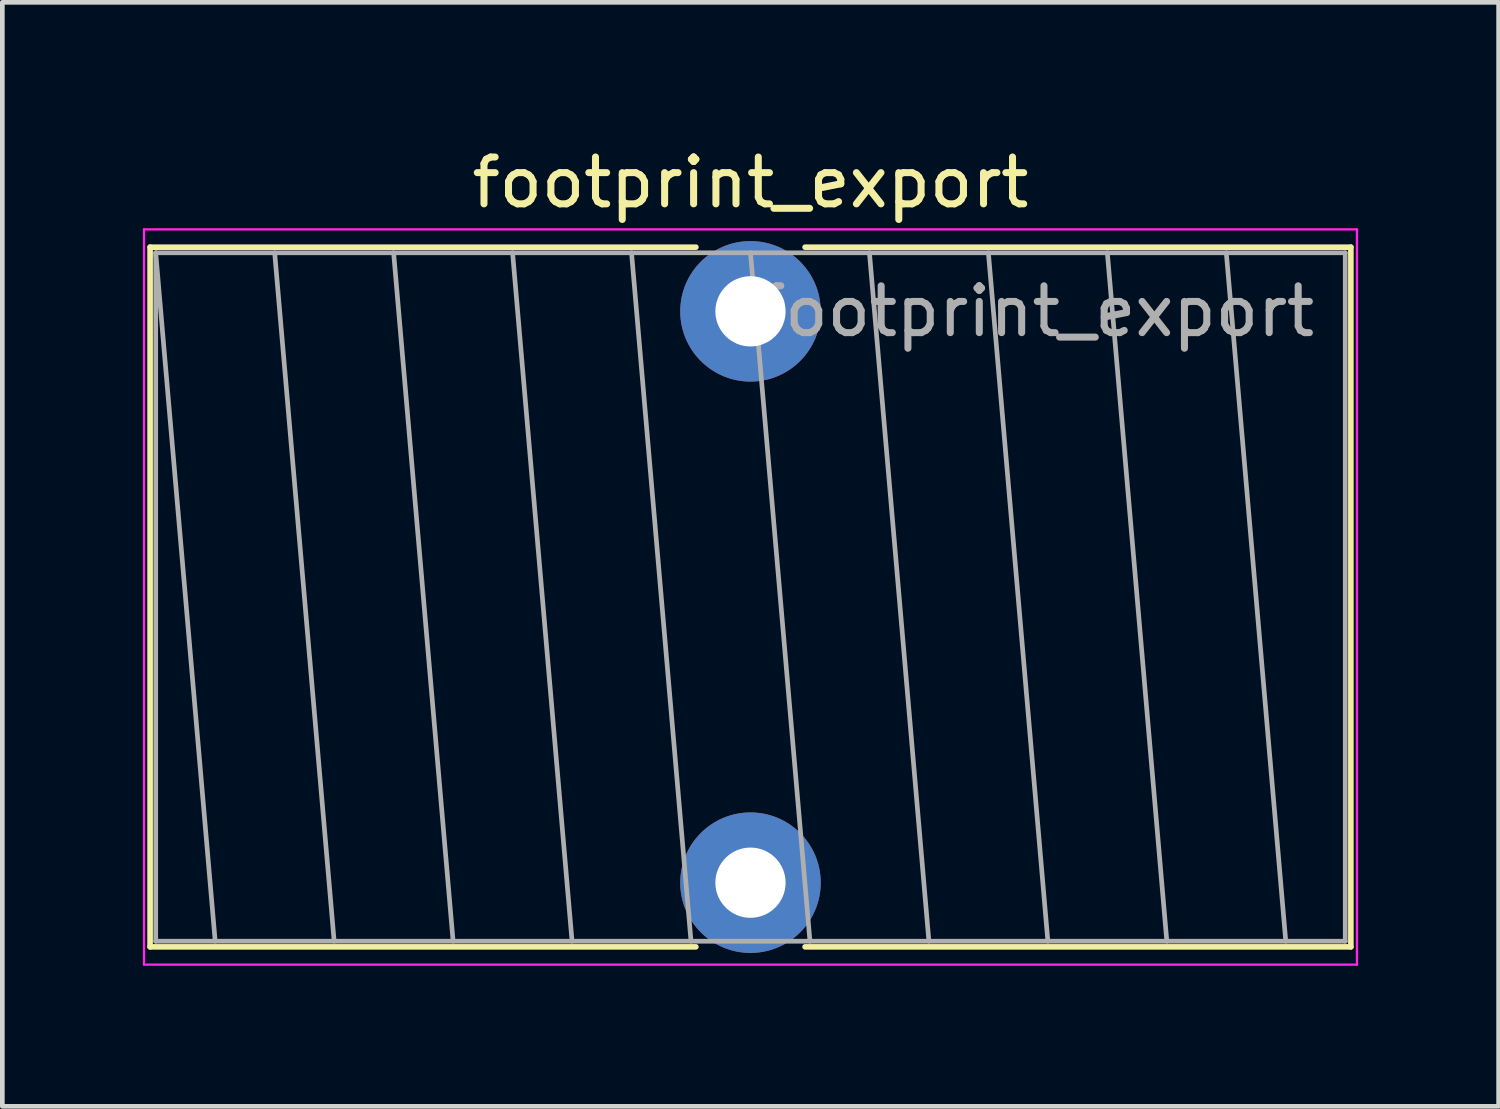
<source format=kicad_pcb>
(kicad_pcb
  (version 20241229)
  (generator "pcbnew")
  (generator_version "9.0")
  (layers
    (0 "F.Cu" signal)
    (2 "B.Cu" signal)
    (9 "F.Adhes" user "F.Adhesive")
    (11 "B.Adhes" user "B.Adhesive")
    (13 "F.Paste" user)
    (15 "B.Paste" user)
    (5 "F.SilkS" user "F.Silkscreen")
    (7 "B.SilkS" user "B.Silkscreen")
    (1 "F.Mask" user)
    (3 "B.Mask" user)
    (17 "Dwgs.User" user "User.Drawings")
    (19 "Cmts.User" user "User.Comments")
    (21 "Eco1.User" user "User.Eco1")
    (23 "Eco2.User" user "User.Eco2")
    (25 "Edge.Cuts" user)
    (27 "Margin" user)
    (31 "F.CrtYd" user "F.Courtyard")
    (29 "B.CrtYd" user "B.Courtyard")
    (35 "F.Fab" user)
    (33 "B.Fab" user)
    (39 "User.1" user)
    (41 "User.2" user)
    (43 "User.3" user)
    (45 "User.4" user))
  (footprint "footprint_export"
    (layer "F.Cu")
    (at 12.975 3.598)
    (property "Reference" "footprint_export" (at 0 -2.75 0) (layer "F.SilkS") (effects (font (size 1 1) (thickness 0.15))))
    (attr through_hole)
    (fp_line (start -12.82 -1.37) (end -12.82 13.57) (stroke (width 0.12) (type solid)) (layer "F.SilkS"))
    (fp_line (start -12.82 -1.37) (end -1.166 -1.37) (stroke (width 0.12) (type solid)) (layer "F.SilkS"))
    (fp_line (start -12.82 13.57) (end -1.166 13.57) (stroke (width 0.12) (type solid)) (layer "F.SilkS"))
    (fp_line (start 1.166 -1.37) (end 12.82 -1.37) (stroke (width 0.12) (type solid)) (layer "F.SilkS"))
    (fp_line (start 1.166 13.57) (end 12.82 13.57) (stroke (width 0.12) (type solid)) (layer "F.SilkS"))
    (fp_line (start 12.82 -1.37) (end 12.82 13.57) (stroke (width 0.12) (type solid)) (layer "F.SilkS"))
    (fp_line (start -12.95 -1.75) (end -12.95 13.95) (stroke (width 0.05) (type solid)) (layer "F.CrtYd"))
    (fp_line (start -12.95 13.95) (end 12.95 13.95) (stroke (width 0.05) (type solid)) (layer "F.CrtYd"))
    (fp_line (start 12.95 -1.75) (end -12.95 -1.75) (stroke (width 0.05) (type solid)) (layer "F.CrtYd"))
    (fp_line (start 12.95 13.95) (end 12.95 -1.75) (stroke (width 0.05) (type solid)) (layer "F.CrtYd"))
    (fp_line (start -12.7 -1.25) (end -12.7 13.45) (stroke (width 0.1) (type solid)) (layer "F.Fab"))
    (fp_line (start -12.7 -1.25) (end -11.43 13.45) (stroke (width 0.1) (type solid)) (layer "F.Fab"))
    (fp_line (start -12.7 13.45) (end 12.7 13.45) (stroke (width 0.1) (type solid)) (layer "F.Fab"))
    (fp_line (start -10.16 -1.25) (end -8.89 13.45) (stroke (width 0.1) (type solid)) (layer "F.Fab"))
    (fp_line (start -7.62 -1.25) (end -6.35 13.45) (stroke (width 0.1) (type solid)) (layer "F.Fab"))
    (fp_line (start -5.08 -1.25) (end -3.81 13.45) (stroke (width 0.1) (type solid)) (layer "F.Fab"))
    (fp_line (start -2.54 -1.25) (end -1.27 13.45) (stroke (width 0.1) (type solid)) (layer "F.Fab"))
    (fp_line (start 0 -1.25) (end 1.27 13.45) (stroke (width 0.1) (type solid)) (layer "F.Fab"))
    (fp_line (start 2.54 -1.25) (end 3.81 13.45) (stroke (width 0.1) (type solid)) (layer "F.Fab"))
    (fp_line (start 5.08 -1.25) (end 6.35 13.45) (stroke (width 0.1) (type solid)) (layer "F.Fab"))
    (fp_line (start 7.62 -1.25) (end 8.89 13.45) (stroke (width 0.1) (type solid)) (layer "F.Fab"))
    (fp_line (start 10.16 -1.25) (end 11.43 13.45) (stroke (width 0.1) (type solid)) (layer "F.Fab"))
    (fp_line (start 12.7 -1.25) (end -12.7 -1.25) (stroke (width 0.1) (type solid)) (layer "F.Fab"))
    (fp_line (start 12.7 13.45) (end 12.7 -1.25) (stroke (width 0.1) (type solid)) (layer "F.Fab"))
    (fp_text user "${REFERENCE}" (at 6.1 0 0) (layer "F.Fab") (effects (font (size 1 1) (thickness 0.15))))
    (pad "1" thru_hole circle (at 0 0) (size 3 3) (drill 1.5) (layers "*.Cu" "*.Mask"))
    (pad "2" thru_hole circle (at 0 12.2) (size 3 3) (drill 1.5) (layers "*.Cu" "*.Mask")))
  (gr_rect
    (start -3 -3)
    (end 28.95 20.573)
    (stroke (width 0.1) (type default))
    (fill no)
    (layer "Edge.Cuts")))
</source>
